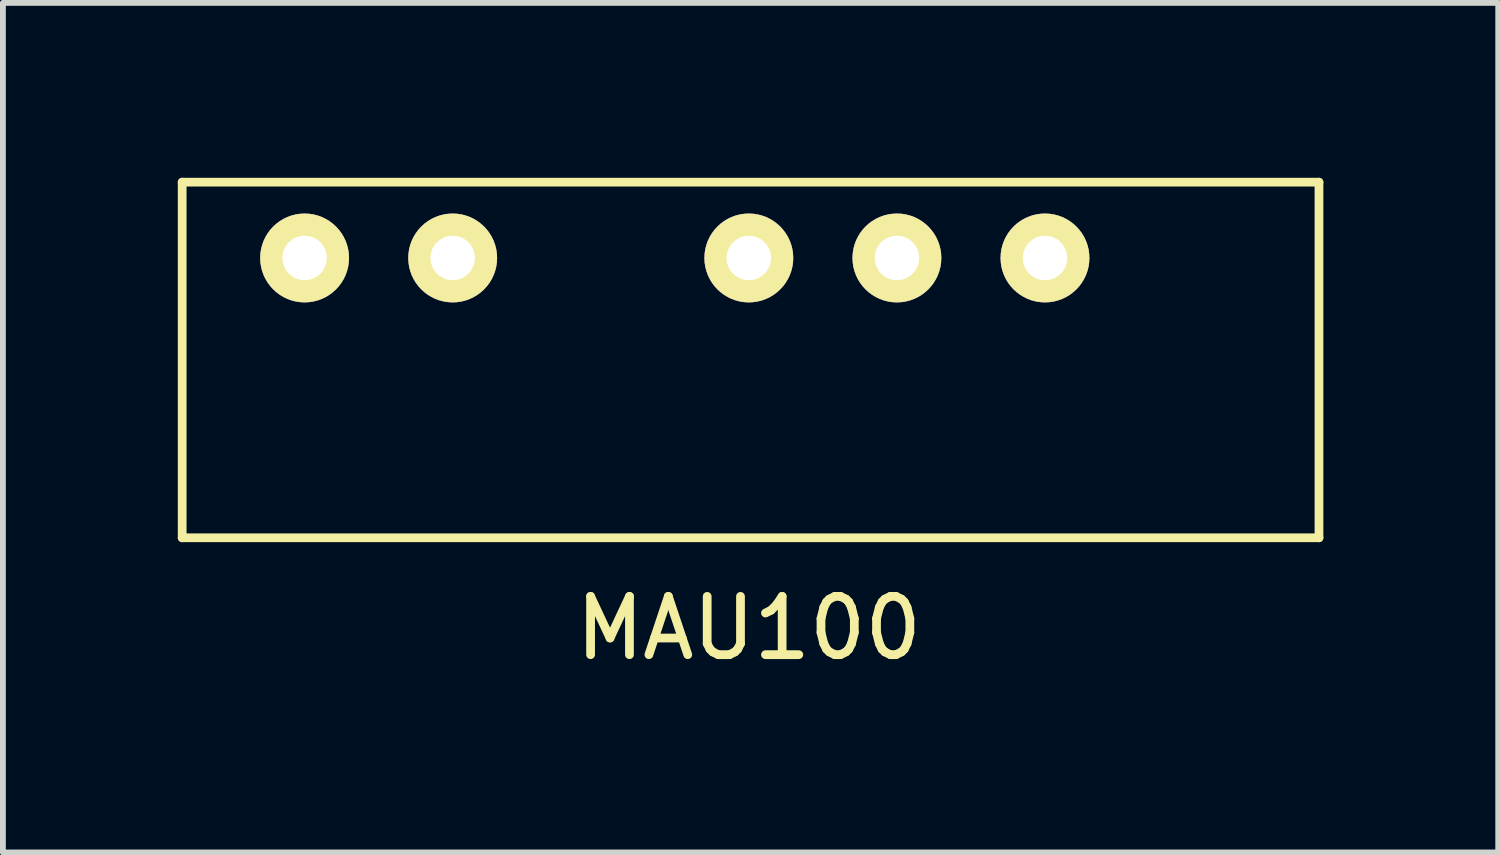
<source format=kicad_pcb>
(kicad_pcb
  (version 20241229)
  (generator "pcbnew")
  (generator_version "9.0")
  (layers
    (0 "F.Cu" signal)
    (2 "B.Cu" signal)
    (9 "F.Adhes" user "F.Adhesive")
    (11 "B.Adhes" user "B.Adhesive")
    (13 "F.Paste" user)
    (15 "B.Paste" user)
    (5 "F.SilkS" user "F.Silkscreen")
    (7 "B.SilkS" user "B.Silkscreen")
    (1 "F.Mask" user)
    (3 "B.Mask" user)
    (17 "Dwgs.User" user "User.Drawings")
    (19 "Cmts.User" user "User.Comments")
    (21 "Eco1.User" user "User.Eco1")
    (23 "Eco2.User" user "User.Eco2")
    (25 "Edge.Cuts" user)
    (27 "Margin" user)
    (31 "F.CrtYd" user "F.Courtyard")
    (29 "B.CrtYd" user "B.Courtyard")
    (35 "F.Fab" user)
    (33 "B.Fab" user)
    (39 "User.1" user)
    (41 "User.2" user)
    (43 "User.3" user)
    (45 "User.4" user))
  (footprint "MAU100"
    (layer "F.Cu")
    (at 9.795 1.375)
    (property "Reference" "MAU100" (at 0 6.35 0) (layer "F.SilkS") (effects (font (size 1 1) (thickness 0.15))))
    (attr through_hole)
    (fp_line (start -9.72 -1.3) (end 9.78 -1.3) (stroke (width 0.15) (type solid)) (layer "F.SilkS"))
    (fp_line (start -9.72 4.8) (end -9.72 -1.3) (stroke (width 0.15) (type solid)) (layer "F.SilkS"))
    (fp_line (start 9.78 -1.3) (end 9.78 4.8) (stroke (width 0.15) (type solid)) (layer "F.SilkS"))
    (fp_line (start 9.78 4.8) (end -9.72 4.8) (stroke (width 0.15) (type solid)) (layer "F.SilkS"))
    (pad "1" thru_hole circle (at -7.62 0) (size 1.524 1.524) (drill 0.762) (layers "*.Cu" "*.Mask" "F.SilkS"))
    (pad "2" thru_hole circle (at -5.08 0) (size 1.524 1.524) (drill 0.762) (layers "*.Cu" "*.Mask" "F.SilkS"))
    (pad "4" thru_hole circle (at 0 0) (size 1.524 1.524) (drill 0.762) (layers "*.Cu" "*.Mask" "F.SilkS"))
    (pad "5" thru_hole circle (at 2.54 0) (size 1.524 1.524) (drill 0.762) (layers "*.Cu" "*.Mask" "F.SilkS"))
    (pad "6" thru_hole circle (at 5.08 0) (size 1.524 1.524) (drill 0.762) (layers "*.Cu" "*.Mask" "F.SilkS")))
  (gr_rect
    (start -3 -3)
    (end 22.65 11.573)
    (stroke (width 0.1) (type default))
    (fill no)
    (layer "Edge.Cuts")))
</source>
